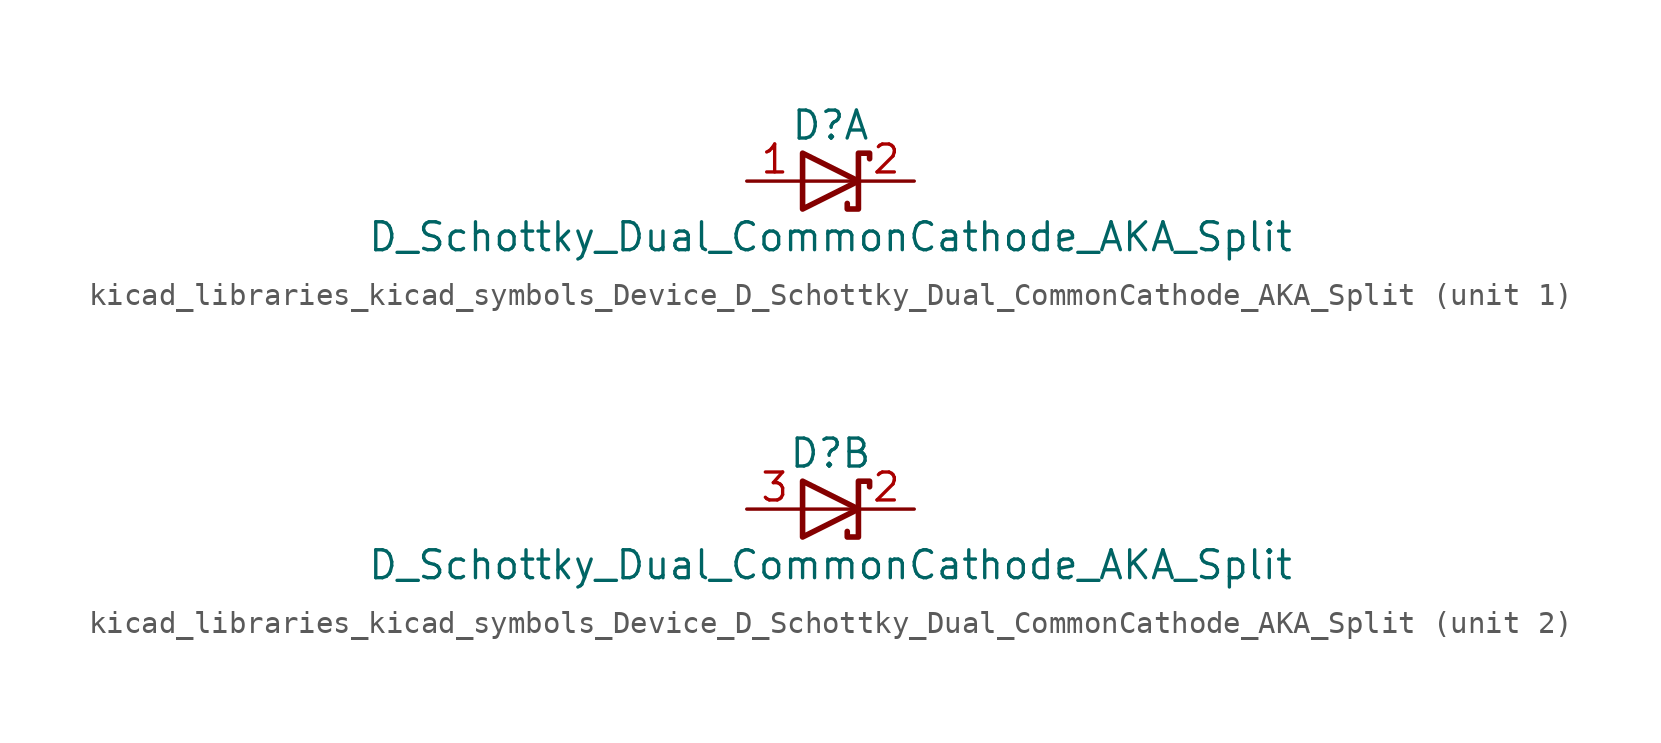
<source format=kicad_sym>
(kicad_symbol_lib
  (version 20220914)
  (generator kicad_symbol_editor)
  (symbol "kicad_libraries_kicad_symbols_Device_D_Schottky_Dual_CommonCathode_AKA_Split"
    (pin_names
      (offset 0.762) hide)
    (property "Reference" "D"
      (at 0 2.54 0)
      (effects (font (size 1.27 1.27))))
    (property "Value" "D_Schottky_Dual_CommonCathode_AKA_Split"
      (at 0 -2.54 0)
      (effects (font (size 1.27 1.27))))
    (property "ki_locked" ""
      (at 0 0 0)
      (effects (font (size 1.27 1.27))))
    (symbol "kicad_libraries_kicad_symbols_Device_D_Schottky_Dual_CommonCathode_AKA_Split_0_1"
      (polyline (pts (xy 1.27 0) (xy -1.27 0)) (stroke (width 0) (type default)) (fill (type none)))
      (polyline (pts (xy -1.27 1.27) (xy 1.27 0) (xy -1.27 -1.27) (xy -1.27 1.27) (xy -1.27 1.27) (xy -1.27 1.27)) (stroke (width 0.254) (type default)) (fill (type none)))
      (polyline (pts (xy 1.778 1.016) (xy 1.778 1.27) (xy 1.27 1.27) (xy 1.27 -1.27) (xy 0.762 -1.27) (xy 0.762 -1.016)) (stroke (width 0.254) (type default)) (fill (type none)))
      (pin passive line (at 3.81 0 180) (length 2.54) (name "K" (effects (font (size 1.27 1.27)))) (number "2" (effects (font (size 1.27 1.27))))))
    (symbol "kicad_libraries_kicad_symbols_Device_D_Schottky_Dual_CommonCathode_AKA_Split_1_1"
      (pin passive line (at -3.81 0 0) (length 2.54) (name "A" (effects (font (size 1.27 1.27)))) (number "1" (effects (font (size 1.27 1.27))))))
    (symbol "kicad_libraries_kicad_symbols_Device_D_Schottky_Dual_CommonCathode_AKA_Split_2_1"
      (pin passive line (at -3.81 0 0) (length 2.54) (name "K" (effects (font (size 1.27 1.27)))) (number "3" (effects (font (size 1.27 1.27))))))))
</source>
